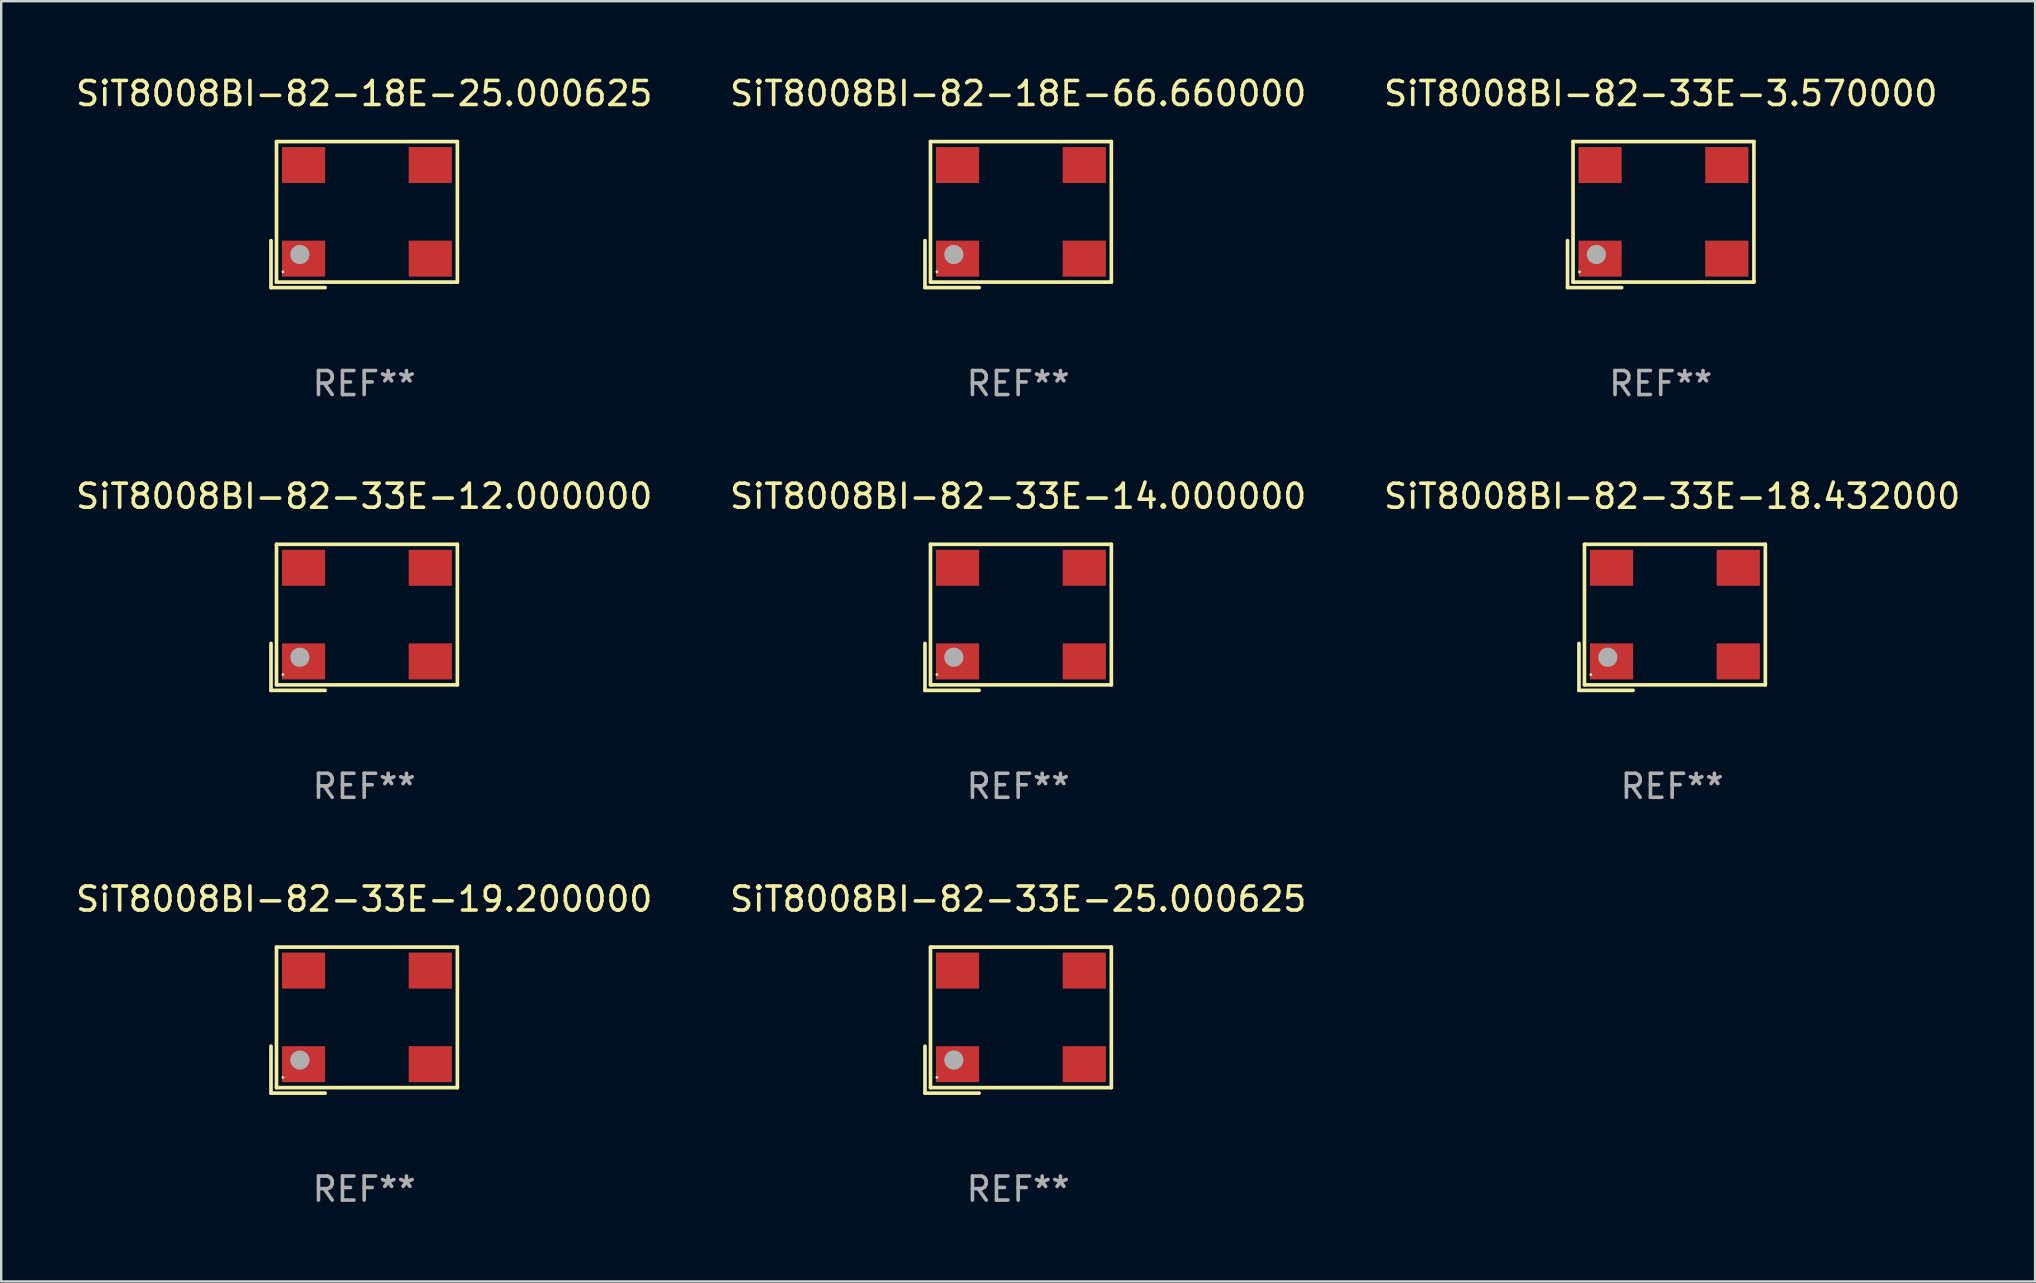
<source format=kicad_pcb>
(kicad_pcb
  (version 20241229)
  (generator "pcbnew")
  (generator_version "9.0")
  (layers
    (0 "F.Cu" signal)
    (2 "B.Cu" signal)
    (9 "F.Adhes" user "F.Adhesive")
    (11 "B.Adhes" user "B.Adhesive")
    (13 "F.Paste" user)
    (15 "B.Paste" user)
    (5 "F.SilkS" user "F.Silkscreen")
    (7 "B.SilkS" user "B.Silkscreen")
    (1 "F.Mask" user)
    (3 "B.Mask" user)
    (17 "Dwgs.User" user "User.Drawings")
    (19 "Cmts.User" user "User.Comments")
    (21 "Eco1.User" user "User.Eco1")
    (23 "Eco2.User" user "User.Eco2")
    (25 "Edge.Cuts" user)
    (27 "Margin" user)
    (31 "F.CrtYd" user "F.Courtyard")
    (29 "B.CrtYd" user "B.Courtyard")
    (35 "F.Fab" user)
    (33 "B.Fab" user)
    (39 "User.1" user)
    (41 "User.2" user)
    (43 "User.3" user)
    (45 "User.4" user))
  (footprint "SiT8008BI-82-18E-66.660000"
    (layer "F.Cu")
    (at 39.375 5.891)
    (property "Reference" "SiT8008BI-82-18E-66.660000" (at 0 -5.043 0) (layer "F.SilkS") (effects (font (size 1 1) (thickness 0.15))))
    (attr through_hole)
    (fp_line (start -3.883 1.086) (end -3.883 3.043) (stroke (width 0.152) (type solid)) (layer "F.SilkS"))
    (fp_line (start -3.883 3.043) (end -1.626 3.043) (stroke (width 0.152) (type solid)) (layer "F.SilkS"))
    (fp_line (start -3.654 -3.043) (end 3.883 -3.043) (stroke (width 0.152) (type solid)) (layer "F.SilkS"))
    (fp_line (start -3.654 2.814) (end -3.654 -3.043) (stroke (width 0.152) (type solid)) (layer "F.SilkS"))
    (fp_line (start 3.883 -3.043) (end 3.883 2.814) (stroke (width 0.152) (type solid)) (layer "F.SilkS"))
    (fp_line (start 3.883 2.814) (end -3.654 2.814) (stroke (width 0.152) (type solid)) (layer "F.SilkS"))
    (fp_circle (center -3.386 2.386) (end -3.356 2.386) (stroke (width 0.06) (type solid)) (fill no) (layer "F.SilkS"))
    (fp_circle (center -2.68 1.664) (end -2.48 1.664) (stroke (width 0.4) (type solid)) (fill no) (layer "F.Fab"))
    (fp_text user "REF**" (at 0 7.043 0) (layer "F.Fab") (effects (font (size 1 1) (thickness 0.15))))
    (pad "1" smd rect (at -2.526 1.836) (size 1.8 1.5) (layers "F.Cu" "F.Mask" "F.Paste"))
    (pad "2" smd rect (at 2.754 1.836) (size 1.8 1.5) (layers "F.Cu" "F.Mask" "F.Paste"))
    (pad "3" smd rect (at 2.754 -2.064) (size 1.8 1.5) (layers "F.Cu" "F.Mask" "F.Paste"))
    (pad "4" smd rect (at -2.526 -2.064) (size 1.8 1.5) (layers "F.Cu" "F.Mask" "F.Paste")))
  (footprint "SiT8008BI-82-33E-12.000000"
    (layer "F.Cu")
    (at 12.125 22.673)
    (property "Reference" "SiT8008BI-82-33E-12.000000" (at 0 -5.043 0) (layer "F.SilkS") (effects (font (size 1 1) (thickness 0.15))))
    (attr through_hole)
    (fp_line (start -3.883 1.086) (end -3.883 3.043) (stroke (width 0.152) (type solid)) (layer "F.SilkS"))
    (fp_line (start -3.883 3.043) (end -1.626 3.043) (stroke (width 0.152) (type solid)) (layer "F.SilkS"))
    (fp_line (start -3.654 -3.043) (end 3.883 -3.043) (stroke (width 0.152) (type solid)) (layer "F.SilkS"))
    (fp_line (start -3.654 2.814) (end -3.654 -3.043) (stroke (width 0.152) (type solid)) (layer "F.SilkS"))
    (fp_line (start 3.883 -3.043) (end 3.883 2.814) (stroke (width 0.152) (type solid)) (layer "F.SilkS"))
    (fp_line (start 3.883 2.814) (end -3.654 2.814) (stroke (width 0.152) (type solid)) (layer "F.SilkS"))
    (fp_circle (center -3.386 2.386) (end -3.356 2.386) (stroke (width 0.06) (type solid)) (fill no) (layer "F.SilkS"))
    (fp_circle (center -2.68 1.664) (end -2.48 1.664) (stroke (width 0.4) (type solid)) (fill no) (layer "F.Fab"))
    (fp_text user "REF**" (at 0 7.043 0) (layer "F.Fab") (effects (font (size 1 1) (thickness 0.15))))
    (pad "1" smd rect (at -2.526 1.836) (size 1.8 1.5) (layers "F.Cu" "F.Mask" "F.Paste"))
    (pad "2" smd rect (at 2.754 1.836) (size 1.8 1.5) (layers "F.Cu" "F.Mask" "F.Paste"))
    (pad "3" smd rect (at 2.754 -2.064) (size 1.8 1.5) (layers "F.Cu" "F.Mask" "F.Paste"))
    (pad "4" smd rect (at -2.526 -2.064) (size 1.8 1.5) (layers "F.Cu" "F.Mask" "F.Paste")))
  (footprint "SiT8008BI-82-33E-25.000625"
    (layer "F.Cu")
    (at 39.375 39.456)
    (property "Reference" "SiT8008BI-82-33E-25.000625" (at 0 -5.043 0) (layer "F.SilkS") (effects (font (size 1 1) (thickness 0.15))))
    (attr through_hole)
    (fp_line (start -3.883 1.086) (end -3.883 3.043) (stroke (width 0.152) (type solid)) (layer "F.SilkS"))
    (fp_line (start -3.883 3.043) (end -1.626 3.043) (stroke (width 0.152) (type solid)) (layer "F.SilkS"))
    (fp_line (start -3.654 -3.043) (end 3.883 -3.043) (stroke (width 0.152) (type solid)) (layer "F.SilkS"))
    (fp_line (start -3.654 2.814) (end -3.654 -3.043) (stroke (width 0.152) (type solid)) (layer "F.SilkS"))
    (fp_line (start 3.883 -3.043) (end 3.883 2.814) (stroke (width 0.152) (type solid)) (layer "F.SilkS"))
    (fp_line (start 3.883 2.814) (end -3.654 2.814) (stroke (width 0.152) (type solid)) (layer "F.SilkS"))
    (fp_circle (center -3.386 2.386) (end -3.356 2.386) (stroke (width 0.06) (type solid)) (fill no) (layer "F.SilkS"))
    (fp_circle (center -2.68 1.664) (end -2.48 1.664) (stroke (width 0.4) (type solid)) (fill no) (layer "F.Fab"))
    (fp_text user "REF**" (at 0 7.043 0) (layer "F.Fab") (effects (font (size 1 1) (thickness 0.15))))
    (pad "1" smd rect (at -2.526 1.836) (size 1.8 1.5) (layers "F.Cu" "F.Mask" "F.Paste"))
    (pad "2" smd rect (at 2.754 1.836) (size 1.8 1.5) (layers "F.Cu" "F.Mask" "F.Paste"))
    (pad "3" smd rect (at 2.754 -2.064) (size 1.8 1.5) (layers "F.Cu" "F.Mask" "F.Paste"))
    (pad "4" smd rect (at -2.526 -2.064) (size 1.8 1.5) (layers "F.Cu" "F.Mask" "F.Paste")))
  (footprint "SiT8008BI-82-33E-3.570000"
    (layer "F.Cu")
    (at 66.149 5.891)
    (property "Reference" "SiT8008BI-82-33E-3.570000" (at 0 -5.043 0) (layer "F.SilkS") (effects (font (size 1 1) (thickness 0.15))))
    (attr through_hole)
    (fp_line (start -3.883 1.086) (end -3.883 3.043) (stroke (width 0.152) (type solid)) (layer "F.SilkS"))
    (fp_line (start -3.883 3.043) (end -1.626 3.043) (stroke (width 0.152) (type solid)) (layer "F.SilkS"))
    (fp_line (start -3.654 -3.043) (end 3.883 -3.043) (stroke (width 0.152) (type solid)) (layer "F.SilkS"))
    (fp_line (start -3.654 2.814) (end -3.654 -3.043) (stroke (width 0.152) (type solid)) (layer "F.SilkS"))
    (fp_line (start 3.883 -3.043) (end 3.883 2.814) (stroke (width 0.152) (type solid)) (layer "F.SilkS"))
    (fp_line (start 3.883 2.814) (end -3.654 2.814) (stroke (width 0.152) (type solid)) (layer "F.SilkS"))
    (fp_circle (center -3.386 2.386) (end -3.356 2.386) (stroke (width 0.06) (type solid)) (fill no) (layer "F.SilkS"))
    (fp_circle (center -2.68 1.664) (end -2.48 1.664) (stroke (width 0.4) (type solid)) (fill no) (layer "F.Fab"))
    (fp_text user "REF**" (at 0 7.043 0) (layer "F.Fab") (effects (font (size 1 1) (thickness 0.15))))
    (pad "1" smd rect (at -2.526 1.836) (size 1.8 1.5) (layers "F.Cu" "F.Mask" "F.Paste"))
    (pad "2" smd rect (at 2.754 1.836) (size 1.8 1.5) (layers "F.Cu" "F.Mask" "F.Paste"))
    (pad "3" smd rect (at 2.754 -2.064) (size 1.8 1.5) (layers "F.Cu" "F.Mask" "F.Paste"))
    (pad "4" smd rect (at -2.526 -2.064) (size 1.8 1.5) (layers "F.Cu" "F.Mask" "F.Paste")))
  (footprint "SiT8008BI-82-18E-25.000625"
    (layer "F.Cu")
    (at 12.125 5.891)
    (property "Reference" "SiT8008BI-82-18E-25.000625" (at 0 -5.043 0) (layer "F.SilkS") (effects (font (size 1 1) (thickness 0.15))))
    (attr through_hole)
    (fp_line (start -3.883 1.086) (end -3.883 3.043) (stroke (width 0.152) (type solid)) (layer "F.SilkS"))
    (fp_line (start -3.883 3.043) (end -1.626 3.043) (stroke (width 0.152) (type solid)) (layer "F.SilkS"))
    (fp_line (start -3.654 -3.043) (end 3.883 -3.043) (stroke (width 0.152) (type solid)) (layer "F.SilkS"))
    (fp_line (start -3.654 2.814) (end -3.654 -3.043) (stroke (width 0.152) (type solid)) (layer "F.SilkS"))
    (fp_line (start 3.883 -3.043) (end 3.883 2.814) (stroke (width 0.152) (type solid)) (layer "F.SilkS"))
    (fp_line (start 3.883 2.814) (end -3.654 2.814) (stroke (width 0.152) (type solid)) (layer "F.SilkS"))
    (fp_circle (center -3.386 2.386) (end -3.356 2.386) (stroke (width 0.06) (type solid)) (fill no) (layer "F.SilkS"))
    (fp_circle (center -2.68 1.664) (end -2.48 1.664) (stroke (width 0.4) (type solid)) (fill no) (layer "F.Fab"))
    (fp_text user "REF**" (at 0 7.043 0) (layer "F.Fab") (effects (font (size 1 1) (thickness 0.15))))
    (pad "1" smd rect (at -2.526 1.836) (size 1.8 1.5) (layers "F.Cu" "F.Mask" "F.Paste"))
    (pad "2" smd rect (at 2.754 1.836) (size 1.8 1.5) (layers "F.Cu" "F.Mask" "F.Paste"))
    (pad "3" smd rect (at 2.754 -2.064) (size 1.8 1.5) (layers "F.Cu" "F.Mask" "F.Paste"))
    (pad "4" smd rect (at -2.526 -2.064) (size 1.8 1.5) (layers "F.Cu" "F.Mask" "F.Paste")))
  (footprint "SiT8008BI-82-33E-18.432000"
    (layer "F.Cu")
    (at 66.625 22.673)
    (property "Reference" "SiT8008BI-82-33E-18.432000" (at 0 -5.043 0) (layer "F.SilkS") (effects (font (size 1 1) (thickness 0.15))))
    (attr through_hole)
    (fp_line (start -3.883 1.086) (end -3.883 3.043) (stroke (width 0.152) (type solid)) (layer "F.SilkS"))
    (fp_line (start -3.883 3.043) (end -1.626 3.043) (stroke (width 0.152) (type solid)) (layer "F.SilkS"))
    (fp_line (start -3.654 -3.043) (end 3.883 -3.043) (stroke (width 0.152) (type solid)) (layer "F.SilkS"))
    (fp_line (start -3.654 2.814) (end -3.654 -3.043) (stroke (width 0.152) (type solid)) (layer "F.SilkS"))
    (fp_line (start 3.883 -3.043) (end 3.883 2.814) (stroke (width 0.152) (type solid)) (layer "F.SilkS"))
    (fp_line (start 3.883 2.814) (end -3.654 2.814) (stroke (width 0.152) (type solid)) (layer "F.SilkS"))
    (fp_circle (center -3.386 2.386) (end -3.356 2.386) (stroke (width 0.06) (type solid)) (fill no) (layer "F.SilkS"))
    (fp_circle (center -2.68 1.664) (end -2.48 1.664) (stroke (width 0.4) (type solid)) (fill no) (layer "F.Fab"))
    (fp_text user "REF**" (at 0 7.043 0) (layer "F.Fab") (effects (font (size 1 1) (thickness 0.15))))
    (pad "1" smd rect (at -2.526 1.836) (size 1.8 1.5) (layers "F.Cu" "F.Mask" "F.Paste"))
    (pad "2" smd rect (at 2.754 1.836) (size 1.8 1.5) (layers "F.Cu" "F.Mask" "F.Paste"))
    (pad "3" smd rect (at 2.754 -2.064) (size 1.8 1.5) (layers "F.Cu" "F.Mask" "F.Paste"))
    (pad "4" smd rect (at -2.526 -2.064) (size 1.8 1.5) (layers "F.Cu" "F.Mask" "F.Paste")))
  (footprint "SiT8008BI-82-33E-19.200000"
    (layer "F.Cu")
    (at 12.125 39.456)
    (property "Reference" "SiT8008BI-82-33E-19.200000" (at 0 -5.043 0) (layer "F.SilkS") (effects (font (size 1 1) (thickness 0.15))))
    (attr through_hole)
    (fp_line (start -3.883 1.086) (end -3.883 3.043) (stroke (width 0.152) (type solid)) (layer "F.SilkS"))
    (fp_line (start -3.883 3.043) (end -1.626 3.043) (stroke (width 0.152) (type solid)) (layer "F.SilkS"))
    (fp_line (start -3.654 -3.043) (end 3.883 -3.043) (stroke (width 0.152) (type solid)) (layer "F.SilkS"))
    (fp_line (start -3.654 2.814) (end -3.654 -3.043) (stroke (width 0.152) (type solid)) (layer "F.SilkS"))
    (fp_line (start 3.883 -3.043) (end 3.883 2.814) (stroke (width 0.152) (type solid)) (layer "F.SilkS"))
    (fp_line (start 3.883 2.814) (end -3.654 2.814) (stroke (width 0.152) (type solid)) (layer "F.SilkS"))
    (fp_circle (center -3.386 2.386) (end -3.356 2.386) (stroke (width 0.06) (type solid)) (fill no) (layer "F.SilkS"))
    (fp_circle (center -2.68 1.664) (end -2.48 1.664) (stroke (width 0.4) (type solid)) (fill no) (layer "F.Fab"))
    (fp_text user "REF**" (at 0 7.043 0) (layer "F.Fab") (effects (font (size 1 1) (thickness 0.15))))
    (pad "1" smd rect (at -2.526 1.836) (size 1.8 1.5) (layers "F.Cu" "F.Mask" "F.Paste"))
    (pad "2" smd rect (at 2.754 1.836) (size 1.8 1.5) (layers "F.Cu" "F.Mask" "F.Paste"))
    (pad "3" smd rect (at 2.754 -2.064) (size 1.8 1.5) (layers "F.Cu" "F.Mask" "F.Paste"))
    (pad "4" smd rect (at -2.526 -2.064) (size 1.8 1.5) (layers "F.Cu" "F.Mask" "F.Paste")))
  (footprint "SiT8008BI-82-33E-14.000000"
    (layer "F.Cu")
    (at 39.375 22.673)
    (property "Reference" "SiT8008BI-82-33E-14.000000" (at 0 -5.043 0) (layer "F.SilkS") (effects (font (size 1 1) (thickness 0.15))))
    (attr through_hole)
    (fp_line (start -3.883 1.086) (end -3.883 3.043) (stroke (width 0.152) (type solid)) (layer "F.SilkS"))
    (fp_line (start -3.883 3.043) (end -1.626 3.043) (stroke (width 0.152) (type solid)) (layer "F.SilkS"))
    (fp_line (start -3.654 -3.043) (end 3.883 -3.043) (stroke (width 0.152) (type solid)) (layer "F.SilkS"))
    (fp_line (start -3.654 2.814) (end -3.654 -3.043) (stroke (width 0.152) (type solid)) (layer "F.SilkS"))
    (fp_line (start 3.883 -3.043) (end 3.883 2.814) (stroke (width 0.152) (type solid)) (layer "F.SilkS"))
    (fp_line (start 3.883 2.814) (end -3.654 2.814) (stroke (width 0.152) (type solid)) (layer "F.SilkS"))
    (fp_circle (center -3.386 2.386) (end -3.356 2.386) (stroke (width 0.06) (type solid)) (fill no) (layer "F.SilkS"))
    (fp_circle (center -2.68 1.664) (end -2.48 1.664) (stroke (width 0.4) (type solid)) (fill no) (layer "F.Fab"))
    (fp_text user "REF**" (at 0 7.043 0) (layer "F.Fab") (effects (font (size 1 1) (thickness 0.15))))
    (pad "1" smd rect (at -2.526 1.836) (size 1.8 1.5) (layers "F.Cu" "F.Mask" "F.Paste"))
    (pad "2" smd rect (at 2.754 1.836) (size 1.8 1.5) (layers "F.Cu" "F.Mask" "F.Paste"))
    (pad "3" smd rect (at 2.754 -2.064) (size 1.8 1.5) (layers "F.Cu" "F.Mask" "F.Paste"))
    (pad "4" smd rect (at -2.526 -2.064) (size 1.8 1.5) (layers "F.Cu" "F.Mask" "F.Paste")))
  (gr_rect
    (start -3 -3)
    (end 81.75 50.347)
    (stroke (width 0.1) (type default))
    (fill no)
    (layer "Edge.Cuts")))
</source>
